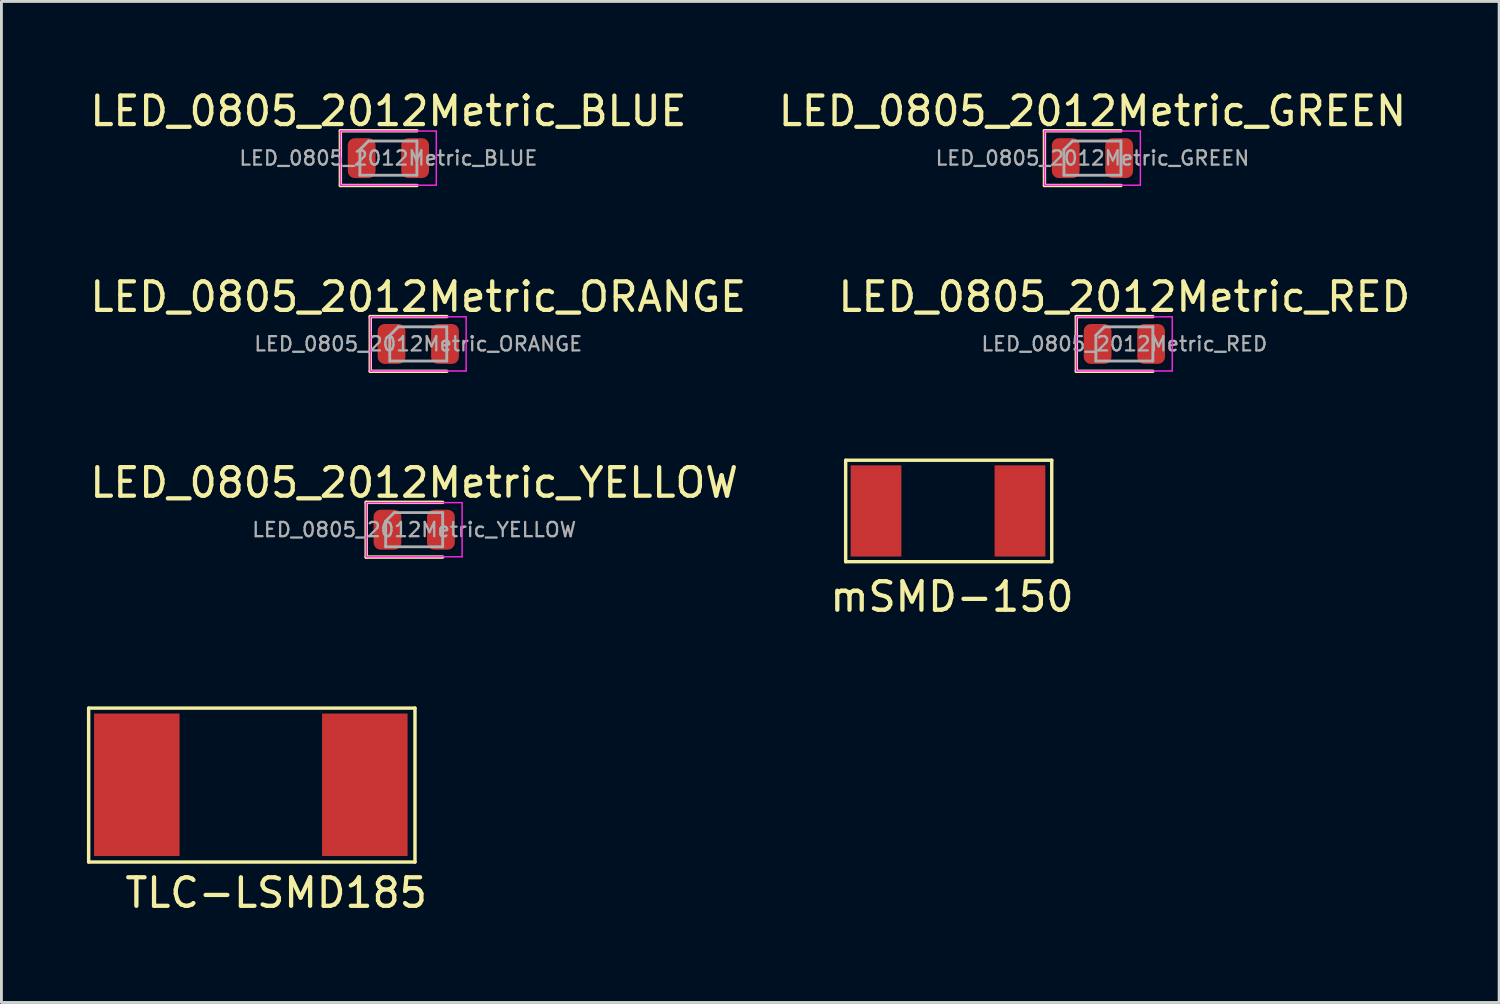
<source format=kicad_pcb>
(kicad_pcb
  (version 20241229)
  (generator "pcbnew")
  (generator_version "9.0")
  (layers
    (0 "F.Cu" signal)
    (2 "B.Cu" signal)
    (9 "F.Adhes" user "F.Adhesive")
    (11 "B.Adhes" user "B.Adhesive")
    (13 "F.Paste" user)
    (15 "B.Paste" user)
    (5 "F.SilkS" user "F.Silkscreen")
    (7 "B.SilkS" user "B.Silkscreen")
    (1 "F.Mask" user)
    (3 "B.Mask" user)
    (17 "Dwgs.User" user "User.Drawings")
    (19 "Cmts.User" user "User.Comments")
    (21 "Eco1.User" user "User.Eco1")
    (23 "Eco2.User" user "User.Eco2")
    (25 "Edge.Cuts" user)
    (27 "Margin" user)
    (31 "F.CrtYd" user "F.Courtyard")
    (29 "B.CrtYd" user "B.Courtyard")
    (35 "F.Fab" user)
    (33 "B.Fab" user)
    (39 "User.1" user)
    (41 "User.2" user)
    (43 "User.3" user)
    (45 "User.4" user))
  (footprint "LED_0805_2012Metric_BLUE"
    (layer "F.Cu")
    (at 10.577 2.498)
    (property "Reference" "LED_0805_2012Metric_BLUE" (at 0 -1.65 0) (layer "F.SilkS") (effects (font (size 1 1) (thickness 0.15))))
    (attr smd)
    (fp_line (start -1.685 -0.96) (end -1.685 0.96) (stroke (width 0.12) (type solid)) (layer "F.SilkS"))
    (fp_line (start -1.685 0.96) (end 1 0.96) (stroke (width 0.12) (type solid)) (layer "F.SilkS"))
    (fp_line (start 1 -0.96) (end -1.685 -0.96) (stroke (width 0.12) (type solid)) (layer "F.SilkS"))
    (fp_line (start -1.68 -0.95) (end 1.68 -0.95) (stroke (width 0.05) (type solid)) (layer "F.CrtYd"))
    (fp_line (start -1.68 0.95) (end -1.68 -0.95) (stroke (width 0.05) (type solid)) (layer "F.CrtYd"))
    (fp_line (start 1.68 -0.95) (end 1.68 0.95) (stroke (width 0.05) (type solid)) (layer "F.CrtYd"))
    (fp_line (start 1.68 0.95) (end -1.68 0.95) (stroke (width 0.05) (type solid)) (layer "F.CrtYd"))
    (fp_line (start -1 -0.3) (end -1 0.6) (stroke (width 0.1) (type solid)) (layer "F.Fab"))
    (fp_line (start -1 0.6) (end 1 0.6) (stroke (width 0.1) (type solid)) (layer "F.Fab"))
    (fp_line (start -0.7 -0.6) (end -1 -0.3) (stroke (width 0.1) (type solid)) (layer "F.Fab"))
    (fp_line (start 1 -0.6) (end -0.7 -0.6) (stroke (width 0.1) (type solid)) (layer "F.Fab"))
    (fp_line (start 1 0.6) (end 1 -0.6) (stroke (width 0.1) (type solid)) (layer "F.Fab"))
    (fp_text user "${REFERENCE}" (at 0 0 0) (layer "F.Fab") (effects (font (size 0.5 0.5) (thickness 0.08))))
    (pad "1" smd roundrect (at -0.938 0) (size 0.975 1.4) (layers "F.Cu" "F.Mask" "F.Paste") (roundrect_rratio 0.25))
    (pad "2" smd roundrect (at 0.938 0) (size 0.975 1.4) (layers "F.Cu" "F.Mask" "F.Paste") (roundrect_rratio 0.25)))
  (footprint "LED_0805_2012Metric_ORANGE"
    (layer "F.Cu")
    (at 11.625 9.017)
    (property "Reference" "LED_0805_2012Metric_ORANGE" (at 0 -1.65 0) (layer "F.SilkS") (effects (font (size 1 1) (thickness 0.15))))
    (attr smd)
    (fp_line (start -1.685 -0.96) (end -1.685 0.96) (stroke (width 0.12) (type solid)) (layer "F.SilkS"))
    (fp_line (start -1.685 0.96) (end 1 0.96) (stroke (width 0.12) (type solid)) (layer "F.SilkS"))
    (fp_line (start 1 -0.96) (end -1.685 -0.96) (stroke (width 0.12) (type solid)) (layer "F.SilkS"))
    (fp_line (start -1.68 -0.95) (end 1.68 -0.95) (stroke (width 0.05) (type solid)) (layer "F.CrtYd"))
    (fp_line (start -1.68 0.95) (end -1.68 -0.95) (stroke (width 0.05) (type solid)) (layer "F.CrtYd"))
    (fp_line (start 1.68 -0.95) (end 1.68 0.95) (stroke (width 0.05) (type solid)) (layer "F.CrtYd"))
    (fp_line (start 1.68 0.95) (end -1.68 0.95) (stroke (width 0.05) (type solid)) (layer "F.CrtYd"))
    (fp_line (start -1 -0.3) (end -1 0.6) (stroke (width 0.1) (type solid)) (layer "F.Fab"))
    (fp_line (start -1 0.6) (end 1 0.6) (stroke (width 0.1) (type solid)) (layer "F.Fab"))
    (fp_line (start -0.7 -0.6) (end -1 -0.3) (stroke (width 0.1) (type solid)) (layer "F.Fab"))
    (fp_line (start 1 -0.6) (end -0.7 -0.6) (stroke (width 0.1) (type solid)) (layer "F.Fab"))
    (fp_line (start 1 0.6) (end 1 -0.6) (stroke (width 0.1) (type solid)) (layer "F.Fab"))
    (fp_text user "${REFERENCE}" (at 0 0 0) (layer "F.Fab") (effects (font (size 0.5 0.5) (thickness 0.08))))
    (pad "1" smd roundrect (at -0.938 0) (size 0.975 1.4) (layers "F.Cu" "F.Mask" "F.Paste") (roundrect_rratio 0.25))
    (pad "2" smd roundrect (at 0.938 0) (size 0.975 1.4) (layers "F.Cu" "F.Mask" "F.Paste") (roundrect_rratio 0.25)))
  (footprint "mSMD-150"
    (layer "F.Cu")
    (at 30.211 14.877)
    (property "Reference" "mSMD-150" (at 0.14 3.01 0) (layer "F.SilkS") (effects (font (size 1 1) (thickness 0.15))))
    (attr through_hole)
    (fp_line (start -3.59 1.78) (end -3.59 -1.78) (stroke (width 0.12) (type solid)) (layer "F.SilkS"))
    (fp_line (start -3.58 -1.78) (end 3.64 -1.78) (stroke (width 0.12) (type solid)) (layer "F.SilkS"))
    (fp_line (start 3.64 -1.78) (end 3.64 1.78) (stroke (width 0.12) (type solid)) (layer "F.SilkS"))
    (fp_line (start 3.64 1.78) (end -3.59 1.78) (stroke (width 0.12) (type solid)) (layer "F.SilkS"))
    (pad "1" smd rect (at -2.525 0) (size 1.78 3.2) (layers "F.Cu" "F.Mask" "F.Paste"))
    (pad "2" smd rect (at 2.525 0) (size 1.78 3.2) (layers "F.Cu" "F.Mask" "F.Paste")))
  (footprint "LED_0805_2012Metric_GREEN"
    (layer "F.Cu")
    (at 35.28 2.498)
    (property "Reference" "LED_0805_2012Metric_GREEN" (at 0 -1.65 0) (layer "F.SilkS") (effects (font (size 1 1) (thickness 0.15))))
    (attr smd)
    (fp_line (start -1.685 -0.96) (end -1.685 0.96) (stroke (width 0.12) (type solid)) (layer "F.SilkS"))
    (fp_line (start -1.685 0.96) (end 1 0.96) (stroke (width 0.12) (type solid)) (layer "F.SilkS"))
    (fp_line (start 1 -0.96) (end -1.685 -0.96) (stroke (width 0.12) (type solid)) (layer "F.SilkS"))
    (fp_line (start -1.68 -0.95) (end 1.68 -0.95) (stroke (width 0.05) (type solid)) (layer "F.CrtYd"))
    (fp_line (start -1.68 0.95) (end -1.68 -0.95) (stroke (width 0.05) (type solid)) (layer "F.CrtYd"))
    (fp_line (start 1.68 -0.95) (end 1.68 0.95) (stroke (width 0.05) (type solid)) (layer "F.CrtYd"))
    (fp_line (start 1.68 0.95) (end -1.68 0.95) (stroke (width 0.05) (type solid)) (layer "F.CrtYd"))
    (fp_line (start -1 -0.3) (end -1 0.6) (stroke (width 0.1) (type solid)) (layer "F.Fab"))
    (fp_line (start -1 0.6) (end 1 0.6) (stroke (width 0.1) (type solid)) (layer "F.Fab"))
    (fp_line (start -0.7 -0.6) (end -1 -0.3) (stroke (width 0.1) (type solid)) (layer "F.Fab"))
    (fp_line (start 1 -0.6) (end -0.7 -0.6) (stroke (width 0.1) (type solid)) (layer "F.Fab"))
    (fp_line (start 1 0.6) (end 1 -0.6) (stroke (width 0.1) (type solid)) (layer "F.Fab"))
    (fp_text user "${REFERENCE}" (at 0 0 0) (layer "F.Fab") (effects (font (size 0.5 0.5) (thickness 0.08))))
    (pad "1" smd roundrect (at -0.938 0) (size 0.975 1.4) (layers "F.Cu" "F.Mask" "F.Paste") (roundrect_rratio 0.25))
    (pad "2" smd roundrect (at 0.938 0) (size 0.975 1.4) (layers "F.Cu" "F.Mask" "F.Paste") (roundrect_rratio 0.25)))
  (footprint "LED_0805_2012Metric_RED"
    (layer "F.Cu")
    (at 36.399 9.017)
    (property "Reference" "LED_0805_2012Metric_RED" (at 0 -1.65 0) (layer "F.SilkS") (effects (font (size 1 1) (thickness 0.15))))
    (attr smd)
    (fp_line (start -1.685 -0.96) (end -1.685 0.96) (stroke (width 0.12) (type solid)) (layer "F.SilkS"))
    (fp_line (start -1.685 0.96) (end 1 0.96) (stroke (width 0.12) (type solid)) (layer "F.SilkS"))
    (fp_line (start 1 -0.96) (end -1.685 -0.96) (stroke (width 0.12) (type solid)) (layer "F.SilkS"))
    (fp_line (start -1.68 -0.95) (end 1.68 -0.95) (stroke (width 0.05) (type solid)) (layer "F.CrtYd"))
    (fp_line (start -1.68 0.95) (end -1.68 -0.95) (stroke (width 0.05) (type solid)) (layer "F.CrtYd"))
    (fp_line (start 1.68 -0.95) (end 1.68 0.95) (stroke (width 0.05) (type solid)) (layer "F.CrtYd"))
    (fp_line (start 1.68 0.95) (end -1.68 0.95) (stroke (width 0.05) (type solid)) (layer "F.CrtYd"))
    (fp_line (start -1 -0.3) (end -1 0.6) (stroke (width 0.1) (type solid)) (layer "F.Fab"))
    (fp_line (start -1 0.6) (end 1 0.6) (stroke (width 0.1) (type solid)) (layer "F.Fab"))
    (fp_line (start -0.7 -0.6) (end -1 -0.3) (stroke (width 0.1) (type solid)) (layer "F.Fab"))
    (fp_line (start 1 -0.6) (end -0.7 -0.6) (stroke (width 0.1) (type solid)) (layer "F.Fab"))
    (fp_line (start 1 0.6) (end 1 -0.6) (stroke (width 0.1) (type solid)) (layer "F.Fab"))
    (fp_text user "${REFERENCE}" (at 0 0 0) (layer "F.Fab") (effects (font (size 0.5 0.5) (thickness 0.08))))
    (pad "1" smd roundrect (at -0.938 0) (size 0.975 1.4) (layers "F.Cu" "F.Mask" "F.Paste") (roundrect_rratio 0.25))
    (pad "2" smd roundrect (at 0.938 0) (size 0.975 1.4) (layers "F.Cu" "F.Mask" "F.Paste") (roundrect_rratio 0.25)))
  (footprint "LED_0805_2012Metric_YELLOW"
    (layer "F.Cu")
    (at 11.482 15.535)
    (property "Reference" "LED_0805_2012Metric_YELLOW" (at 0 -1.65 0) (layer "F.SilkS") (effects (font (size 1 1) (thickness 0.15))))
    (attr smd)
    (fp_line (start -1.685 -0.96) (end -1.685 0.96) (stroke (width 0.12) (type solid)) (layer "F.SilkS"))
    (fp_line (start -1.685 0.96) (end 1 0.96) (stroke (width 0.12) (type solid)) (layer "F.SilkS"))
    (fp_line (start 1 -0.96) (end -1.685 -0.96) (stroke (width 0.12) (type solid)) (layer "F.SilkS"))
    (fp_line (start -1.68 -0.95) (end 1.68 -0.95) (stroke (width 0.05) (type solid)) (layer "F.CrtYd"))
    (fp_line (start -1.68 0.95) (end -1.68 -0.95) (stroke (width 0.05) (type solid)) (layer "F.CrtYd"))
    (fp_line (start 1.68 -0.95) (end 1.68 0.95) (stroke (width 0.05) (type solid)) (layer "F.CrtYd"))
    (fp_line (start 1.68 0.95) (end -1.68 0.95) (stroke (width 0.05) (type solid)) (layer "F.CrtYd"))
    (fp_line (start -1 -0.3) (end -1 0.6) (stroke (width 0.1) (type solid)) (layer "F.Fab"))
    (fp_line (start -1 0.6) (end 1 0.6) (stroke (width 0.1) (type solid)) (layer "F.Fab"))
    (fp_line (start -0.7 -0.6) (end -1 -0.3) (stroke (width 0.1) (type solid)) (layer "F.Fab"))
    (fp_line (start 1 -0.6) (end -0.7 -0.6) (stroke (width 0.1) (type solid)) (layer "F.Fab"))
    (fp_line (start 1 0.6) (end 1 -0.6) (stroke (width 0.1) (type solid)) (layer "F.Fab"))
    (fp_text user "${REFERENCE}" (at 0 0 0) (layer "F.Fab") (effects (font (size 0.5 0.5) (thickness 0.08))))
    (pad "1" smd roundrect (at -0.938 0) (size 0.975 1.4) (layers "F.Cu" "F.Mask" "F.Paste") (roundrect_rratio 0.25))
    (pad "2" smd roundrect (at 0.938 0) (size 0.975 1.4) (layers "F.Cu" "F.Mask" "F.Paste") (roundrect_rratio 0.25)))
  (footprint "TLC-LSMD185"
    (layer "F.Cu")
    (at 5.75 24.485)
    (property "Reference" "TLC-LSMD185" (at 0.89 3.79 0) (layer "F.SilkS") (effects (font (size 1 1) (thickness 0.15))))
    (attr through_hole)
    (fp_line (start -5.69 -2.69) (end 5.76 -2.69) (stroke (width 0.12) (type solid)) (layer "F.SilkS"))
    (fp_line (start -5.69 2.71) (end -5.69 -2.69) (stroke (width 0.12) (type solid)) (layer "F.SilkS"))
    (fp_line (start 5.76 -2.69) (end 5.76 2.71) (stroke (width 0.12) (type solid)) (layer "F.SilkS"))
    (fp_line (start 5.76 2.71) (end -5.69 2.71) (stroke (width 0.12) (type solid)) (layer "F.SilkS"))
    (pad "1" smd rect (at -4 0) (size 3 5) (layers "F.Cu" "F.Mask" "F.Paste"))
    (pad "2" smd rect (at 4 0) (size 3 5) (layers "F.Cu" "F.Mask" "F.Paste")))
  (gr_rect
    (start -3 -3)
    (end 49.548 32.123)
    (stroke (width 0.1) (type default))
    (fill no)
    (layer "Edge.Cuts")))
</source>
